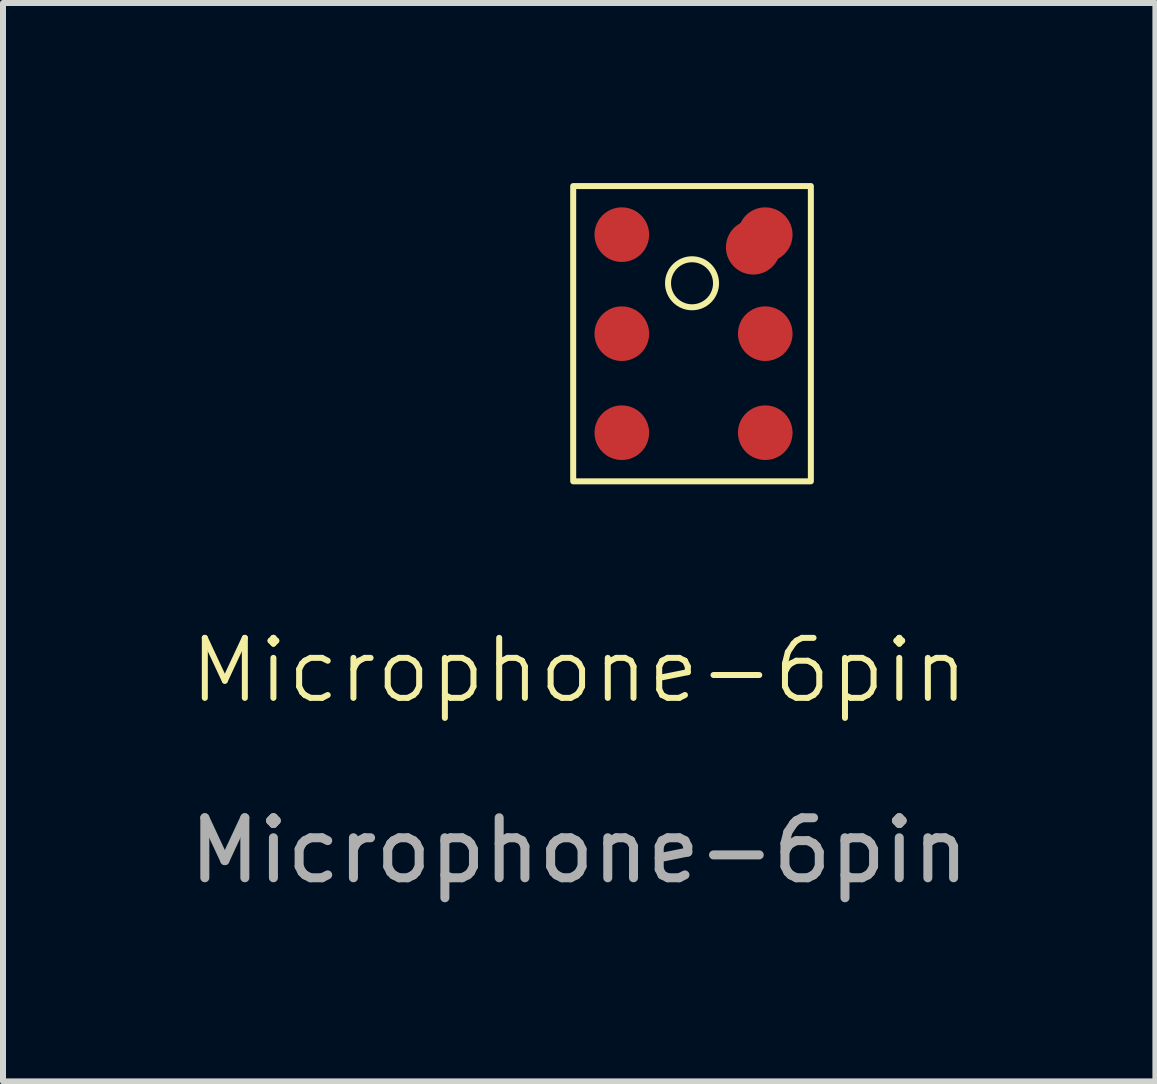
<source format=kicad_pcb>
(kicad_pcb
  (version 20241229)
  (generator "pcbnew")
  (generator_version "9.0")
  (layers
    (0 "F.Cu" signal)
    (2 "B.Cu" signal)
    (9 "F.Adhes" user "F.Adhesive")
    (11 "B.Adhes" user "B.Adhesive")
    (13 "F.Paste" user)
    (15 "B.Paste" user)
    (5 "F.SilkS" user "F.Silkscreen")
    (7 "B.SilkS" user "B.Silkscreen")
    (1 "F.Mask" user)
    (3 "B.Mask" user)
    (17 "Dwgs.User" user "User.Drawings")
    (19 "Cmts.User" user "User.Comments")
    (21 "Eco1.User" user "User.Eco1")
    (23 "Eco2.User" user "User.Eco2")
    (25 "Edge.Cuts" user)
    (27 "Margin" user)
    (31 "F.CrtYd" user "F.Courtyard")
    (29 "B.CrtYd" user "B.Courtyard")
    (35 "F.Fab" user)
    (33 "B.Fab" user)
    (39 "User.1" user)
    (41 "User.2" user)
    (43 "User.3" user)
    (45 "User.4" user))
  (footprint "Microphone-6pin"
    (layer "F.Cu")
    (at 6.601 4.87)
    (property "Reference" "Microphone-6pin" (at 0 3.251 0) (unlocked yes) (layer "F.SilkS") (effects (font (size 1 1) (thickness 0.1))))
    (attr smd)
    (fp_rect (start -0.1 0.1) (end 3.86 -4.82) (stroke (width 0.1) (type default)) (fill no) (layer "F.SilkS"))
    (fp_circle (center 1.88 -3.2) (end 2.28 -3.2) (stroke (width 0.1) (type default)) (fill no) (layer "F.SilkS"))
    (fp_text user "${REFERENCE}" (at 0 6.251 0) (unlocked yes) (layer "F.Fab") (effects (font (size 1 1) (thickness 0.15))))
    (pad "1" smd circle (at 0.71 -4.01) (size 0.91 0.91) (layers "F.Cu" "F.Mask" "F.Paste"))
    (pad "2" smd circle (at 0.71 -2.36) (size 0.91 0.91) (layers "F.Cu" "F.Mask" "F.Paste"))
    (pad "3" smd circle (at 0.71 -0.71) (size 0.91 0.91) (layers "F.Cu" "F.Mask" "F.Paste"))
    (pad "4" smd circle (at 3.1 -0.71) (size 0.91 0.91) (layers "F.Cu" "F.Mask" "F.Paste"))
    (pad "5" smd circle (at 3.1 -2.36) (size 0.91 0.91) (layers "F.Cu" "F.Mask" "F.Paste"))
    (pad "6" smd circle (at 2.9 -3.8) (size 0.91 0.91) (layers "F.Cu" "F.Mask" "F.Paste"))
    (pad "6" smd circle (at 3.1 -4.01) (size 0.91 0.91) (layers "F.Cu" "F.Mask" "F.Paste")))
  (gr_rect
    (start -3 -3)
    (end 16.202 14.969)
    (stroke (width 0.1) (type default))
    (fill no)
    (layer "Edge.Cuts")))
</source>
